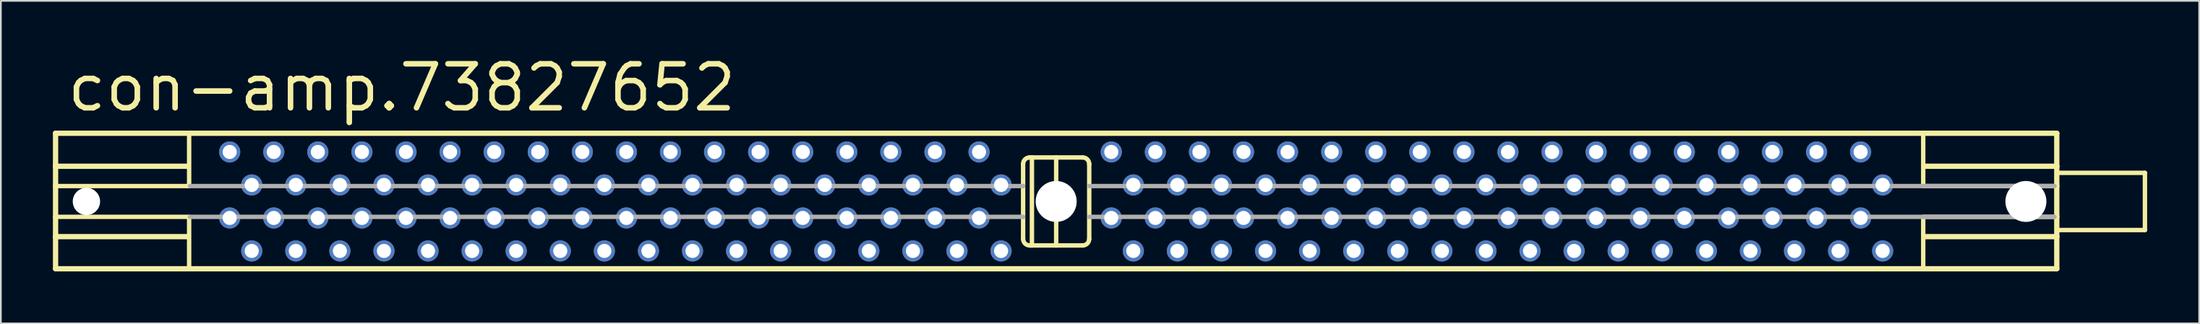
<source format=kicad_pcb>
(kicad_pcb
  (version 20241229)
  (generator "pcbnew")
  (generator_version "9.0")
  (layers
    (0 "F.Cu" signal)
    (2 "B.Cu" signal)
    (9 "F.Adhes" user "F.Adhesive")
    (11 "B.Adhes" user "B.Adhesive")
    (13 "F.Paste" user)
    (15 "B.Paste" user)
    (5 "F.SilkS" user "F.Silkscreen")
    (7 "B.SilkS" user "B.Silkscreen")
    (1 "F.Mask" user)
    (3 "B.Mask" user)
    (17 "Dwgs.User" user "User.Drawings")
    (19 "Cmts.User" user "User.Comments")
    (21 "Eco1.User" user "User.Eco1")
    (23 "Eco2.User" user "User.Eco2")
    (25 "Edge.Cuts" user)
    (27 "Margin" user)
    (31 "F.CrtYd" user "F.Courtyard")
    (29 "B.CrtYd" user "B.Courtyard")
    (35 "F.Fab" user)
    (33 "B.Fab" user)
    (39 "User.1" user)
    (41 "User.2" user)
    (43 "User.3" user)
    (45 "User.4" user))
  (footprint "con-amp.73827652"
    (layer "F.Cu")
    (at 57.81 8.58)
    (property "Reference" "con-amp.73827652" (at -57.15 -5.08 0) (layer "F.SilkS") (effects (font (size 2.54 2.54) (thickness 0.32)) (justify left bottom)))
    (attr through_hole)
    (fp_line (start -57.658 -3.937) (end -57.658 -2.032) (stroke (width 0.305) (type default)) (layer "F.SilkS"))
    (fp_line (start -57.658 -3.937) (end 57.658 -3.937) (stroke (width 0.305) (type default)) (layer "F.SilkS"))
    (fp_line (start -57.658 -2.032) (end -57.658 -0.889) (stroke (width 0.305) (type default)) (layer "F.SilkS"))
    (fp_line (start -57.658 -2.032) (end -50.038 -2.032) (stroke (width 0.305) (type default)) (layer "F.SilkS"))
    (fp_line (start -57.658 -0.889) (end -57.658 0.889) (stroke (width 0.305) (type default)) (layer "F.SilkS"))
    (fp_line (start -57.658 -0.889) (end -50.038 -0.889) (stroke (width 0.254) (type default)) (layer "F.SilkS"))
    (fp_line (start -57.658 0.889) (end -57.658 2.032) (stroke (width 0.305) (type default)) (layer "F.SilkS"))
    (fp_line (start -57.658 0.889) (end -50.038 0.889) (stroke (width 0.254) (type default)) (layer "F.SilkS"))
    (fp_line (start -57.658 2.032) (end -57.658 3.886) (stroke (width 0.305) (type default)) (layer "F.SilkS"))
    (fp_line (start -57.658 2.032) (end -50.038 2.032) (stroke (width 0.305) (type default)) (layer "F.SilkS"))
    (fp_line (start -49.962 -3.861) (end -49.962 -0.889) (stroke (width 0.254) (type default)) (layer "F.SilkS"))
    (fp_line (start -49.962 0.889) (end -49.962 3.81) (stroke (width 0.254) (type default)) (layer "F.SilkS"))
    (fp_line (start -1.905 -2.159) (end -1.905 2.159) (stroke (width 0.254) (type default)) (layer "F.SilkS"))
    (fp_line (start -1.524 2.54) (end -1.397 2.54) (stroke (width 0.254) (type default)) (layer "F.SilkS"))
    (fp_line (start -1.397 -2.54) (end -1.524 -2.54) (stroke (width 0.254) (type default)) (layer "F.SilkS"))
    (fp_line (start -1.397 2.54) (end -1.397 -2.54) (stroke (width 0.254) (type default)) (layer "F.SilkS"))
    (fp_line (start -1.397 2.54) (end 0 2.54) (stroke (width 0.254) (type default)) (layer "F.SilkS"))
    (fp_line (start 0 -2.54) (end -1.397 -2.54) (stroke (width 0.254) (type default)) (layer "F.SilkS"))
    (fp_line (start 0 2.54) (end 0 -2.54) (stroke (width 0.254) (type default)) (layer "F.SilkS"))
    (fp_line (start 0 2.54) (end 1.524 2.54) (stroke (width 0.254) (type default)) (layer "F.SilkS"))
    (fp_line (start 1.524 -2.54) (end 0 -2.54) (stroke (width 0.254) (type default)) (layer "F.SilkS"))
    (fp_line (start 1.905 2.159) (end 1.905 -2.159) (stroke (width 0.254) (type default)) (layer "F.SilkS"))
    (fp_line (start 49.962 -3.861) (end 49.962 -0.889) (stroke (width 0.254) (type default)) (layer "F.SilkS"))
    (fp_line (start 49.962 0.889) (end 49.962 3.81) (stroke (width 0.254) (type default)) (layer "F.SilkS"))
    (fp_line (start 57.658 -3.937) (end 57.658 -2.032) (stroke (width 0.305) (type default)) (layer "F.SilkS"))
    (fp_line (start 57.658 -2.032) (end 50.038 -2.032) (stroke (width 0.305) (type default)) (layer "F.SilkS"))
    (fp_line (start 57.658 -2.032) (end 57.658 -0.889) (stroke (width 0.305) (type default)) (layer "F.SilkS"))
    (fp_line (start 57.658 -0.889) (end 50.038 -0.889) (stroke (width 0.254) (type default)) (layer "F.SilkS"))
    (fp_line (start 57.658 -0.889) (end 57.658 0.889) (stroke (width 0.305) (type default)) (layer "F.SilkS"))
    (fp_line (start 57.658 0.889) (end 50.038 0.889) (stroke (width 0.254) (type default)) (layer "F.SilkS"))
    (fp_line (start 57.658 0.889) (end 57.658 2.032) (stroke (width 0.305) (type default)) (layer "F.SilkS"))
    (fp_line (start 57.658 2.032) (end 50.038 2.032) (stroke (width 0.305) (type default)) (layer "F.SilkS"))
    (fp_line (start 57.658 2.032) (end 57.658 3.886) (stroke (width 0.305) (type default)) (layer "F.SilkS"))
    (fp_line (start 57.658 3.886) (end -57.658 3.886) (stroke (width 0.305) (type default)) (layer "F.SilkS"))
    (fp_line (start 57.785 -1.651) (end 62.738 -1.651) (stroke (width 0.254) (type default)) (layer "F.SilkS"))
    (fp_line (start 62.738 -1.651) (end 62.738 1.651) (stroke (width 0.254) (type default)) (layer "F.SilkS"))
    (fp_line (start 62.738 1.651) (end 57.785 1.651) (stroke (width 0.254) (type default)) (layer "F.SilkS"))
    (fp_arc (start -1.905 -2.159) (mid -1.793408 -2.428408) (end -1.524 -2.54) (stroke (width 0.254) (type default)) (layer "F.SilkS"))
    (fp_arc (start -1.524 2.54) (mid -1.793408 2.428408) (end -1.905 2.159) (stroke (width 0.254) (type default)) (layer "F.SilkS"))
    (fp_arc (start 1.524 -2.54) (mid 1.793408 -2.428408) (end 1.905 -2.159) (stroke (width 0.254) (type default)) (layer "F.SilkS"))
    (fp_arc (start 1.905 2.159) (mid 1.793408 2.428408) (end 1.524 2.54) (stroke (width 0.254) (type default)) (layer "F.SilkS"))
    (fp_line (start -49.911 -0.889) (end -1.905 -0.889) (stroke (width 0.254) (type default)) (layer "F.Fab"))
    (fp_line (start -49.911 0.889) (end -1.905 0.889) (stroke (width 0.254) (type default)) (layer "F.Fab"))
    (fp_line (start 1.905 -0.889) (end 57.531 -0.889) (stroke (width 0.254) (type default)) (layer "F.Fab"))
    (fp_line (start 1.905 0.889) (end 57.531 0.889) (stroke (width 0.254) (type default)) (layer "F.Fab"))
    (pad "" np_thru_hole circle (at -55.88 0) (size 1.575 1.575) (drill 1.575) (layers "*.Cu" "*.Mask"))
    (pad "" np_thru_hole circle (at 0 0) (size 2.362 2.362) (drill 2.362) (layers "*.Cu" "*.Mask"))
    (pad "" np_thru_hole circle (at 55.88 0) (size 2.362 2.362) (drill 2.362) (layers "*.Cu" "*.Mask"))
    (pad "1" thru_hole circle (at -47.625 0.953) (size 1.219 1.219) (drill 0.813) (layers "*.Cu" "*.Mask"))
    (pad "2" thru_hole circle (at -46.355 2.857) (size 1.219 1.219) (drill 0.813) (layers "*.Cu" "*.Mask"))
    (pad "3" thru_hole circle (at -45.085 0.953) (size 1.219 1.219) (drill 0.813) (layers "*.Cu" "*.Mask"))
    (pad "4" thru_hole circle (at -43.815 2.857) (size 1.219 1.219) (drill 0.813) (layers "*.Cu" "*.Mask"))
    (pad "5" thru_hole circle (at -42.545 0.953) (size 1.219 1.219) (drill 0.813) (layers "*.Cu" "*.Mask"))
    (pad "6" thru_hole circle (at -41.275 2.857) (size 1.219 1.219) (drill 0.813) (layers "*.Cu" "*.Mask"))
    (pad "7" thru_hole circle (at -40.005 0.953) (size 1.219 1.219) (drill 0.813) (layers "*.Cu" "*.Mask"))
    (pad "8" thru_hole circle (at -38.735 2.857) (size 1.219 1.219) (drill 0.813) (layers "*.Cu" "*.Mask"))
    (pad "9" thru_hole circle (at -37.465 0.953) (size 1.219 1.219) (drill 0.813) (layers "*.Cu" "*.Mask"))
    (pad "10" thru_hole circle (at -36.195 2.857) (size 1.219 1.219) (drill 0.813) (layers "*.Cu" "*.Mask"))
    (pad "11" thru_hole circle (at -34.925 0.953) (size 1.219 1.219) (drill 0.813) (layers "*.Cu" "*.Mask"))
    (pad "12" thru_hole circle (at -33.655 2.857) (size 1.219 1.219) (drill 0.813) (layers "*.Cu" "*.Mask"))
    (pad "13" thru_hole circle (at -32.385 0.953) (size 1.219 1.219) (drill 0.813) (layers "*.Cu" "*.Mask"))
    (pad "14" thru_hole circle (at -31.115 2.857) (size 1.219 1.219) (drill 0.813) (layers "*.Cu" "*.Mask"))
    (pad "15" thru_hole circle (at -29.845 0.953) (size 1.219 1.219) (drill 0.813) (layers "*.Cu" "*.Mask"))
    (pad "16" thru_hole circle (at -28.575 2.857) (size 1.219 1.219) (drill 0.813) (layers "*.Cu" "*.Mask"))
    (pad "17" thru_hole circle (at -27.305 0.953) (size 1.219 1.219) (drill 0.813) (layers "*.Cu" "*.Mask"))
    (pad "18" thru_hole circle (at -26.035 2.857) (size 1.219 1.219) (drill 0.813) (layers "*.Cu" "*.Mask"))
    (pad "19" thru_hole circle (at -24.765 0.953) (size 1.219 1.219) (drill 0.813) (layers "*.Cu" "*.Mask"))
    (pad "20" thru_hole circle (at -23.495 2.857) (size 1.219 1.219) (drill 0.813) (layers "*.Cu" "*.Mask"))
    (pad "21" thru_hole circle (at -22.225 0.953) (size 1.219 1.219) (drill 0.813) (layers "*.Cu" "*.Mask"))
    (pad "22" thru_hole circle (at -20.955 2.857) (size 1.219 1.219) (drill 0.813) (layers "*.Cu" "*.Mask"))
    (pad "23" thru_hole circle (at -19.685 0.953) (size 1.219 1.219) (drill 0.813) (layers "*.Cu" "*.Mask"))
    (pad "24" thru_hole circle (at -18.415 2.857) (size 1.219 1.219) (drill 0.813) (layers "*.Cu" "*.Mask"))
    (pad "25" thru_hole circle (at -17.145 0.953) (size 1.219 1.219) (drill 0.813) (layers "*.Cu" "*.Mask"))
    (pad "26" thru_hole circle (at -15.875 2.857) (size 1.219 1.219) (drill 0.813) (layers "*.Cu" "*.Mask"))
    (pad "27" thru_hole circle (at -14.605 0.953) (size 1.219 1.219) (drill 0.813) (layers "*.Cu" "*.Mask"))
    (pad "28" thru_hole circle (at -13.335 2.857) (size 1.219 1.219) (drill 0.813) (layers "*.Cu" "*.Mask"))
    (pad "29" thru_hole circle (at -12.065 0.953) (size 1.219 1.219) (drill 0.813) (layers "*.Cu" "*.Mask"))
    (pad "30" thru_hole circle (at -10.795 2.857) (size 1.219 1.219) (drill 0.813) (layers "*.Cu" "*.Mask"))
    (pad "31" thru_hole circle (at -9.525 0.953) (size 1.219 1.219) (drill 0.813) (layers "*.Cu" "*.Mask"))
    (pad "32" thru_hole circle (at -8.255 2.857) (size 1.219 1.219) (drill 0.813) (layers "*.Cu" "*.Mask"))
    (pad "33" thru_hole circle (at -6.985 0.953) (size 1.219 1.219) (drill 0.813) (layers "*.Cu" "*.Mask"))
    (pad "34" thru_hole circle (at -5.715 2.857) (size 1.219 1.219) (drill 0.813) (layers "*.Cu" "*.Mask"))
    (pad "35" thru_hole circle (at -4.445 0.953) (size 1.219 1.219) (drill 0.813) (layers "*.Cu" "*.Mask"))
    (pad "36" thru_hole circle (at -3.175 2.857) (size 1.219 1.219) (drill 0.813) (layers "*.Cu" "*.Mask"))
    (pad "37" thru_hole circle (at 3.175 0.953) (size 1.219 1.219) (drill 0.813) (layers "*.Cu" "*.Mask"))
    (pad "38" thru_hole circle (at 4.445 2.857) (size 1.219 1.219) (drill 0.813) (layers "*.Cu" "*.Mask"))
    (pad "39" thru_hole circle (at 5.715 0.953) (size 1.219 1.219) (drill 0.813) (layers "*.Cu" "*.Mask"))
    (pad "40" thru_hole circle (at 6.985 2.857) (size 1.219 1.219) (drill 0.813) (layers "*.Cu" "*.Mask"))
    (pad "41" thru_hole circle (at 8.255 0.953) (size 1.219 1.219) (drill 0.813) (layers "*.Cu" "*.Mask"))
    (pad "42" thru_hole circle (at 9.525 2.857) (size 1.219 1.219) (drill 0.813) (layers "*.Cu" "*.Mask"))
    (pad "43" thru_hole circle (at 10.795 0.953) (size 1.219 1.219) (drill 0.813) (layers "*.Cu" "*.Mask"))
    (pad "44" thru_hole circle (at 12.065 2.857) (size 1.219 1.219) (drill 0.813) (layers "*.Cu" "*.Mask"))
    (pad "45" thru_hole circle (at 13.335 0.953) (size 1.219 1.219) (drill 0.813) (layers "*.Cu" "*.Mask"))
    (pad "46" thru_hole circle (at 14.605 2.857) (size 1.219 1.219) (drill 0.813) (layers "*.Cu" "*.Mask"))
    (pad "47" thru_hole circle (at 15.875 0.953) (size 1.219 1.219) (drill 0.813) (layers "*.Cu" "*.Mask"))
    (pad "48" thru_hole circle (at 17.145 2.857) (size 1.219 1.219) (drill 0.813) (layers "*.Cu" "*.Mask"))
    (pad "49" thru_hole circle (at 18.415 0.953) (size 1.219 1.219) (drill 0.813) (layers "*.Cu" "*.Mask"))
    (pad "50" thru_hole circle (at 19.685 2.857) (size 1.219 1.219) (drill 0.813) (layers "*.Cu" "*.Mask"))
    (pad "51" thru_hole circle (at 20.955 0.953) (size 1.219 1.219) (drill 0.813) (layers "*.Cu" "*.Mask"))
    (pad "52" thru_hole circle (at 22.225 2.857) (size 1.219 1.219) (drill 0.813) (layers "*.Cu" "*.Mask"))
    (pad "53" thru_hole circle (at 23.495 0.953) (size 1.219 1.219) (drill 0.813) (layers "*.Cu" "*.Mask"))
    (pad "54" thru_hole circle (at 24.765 2.857) (size 1.219 1.219) (drill 0.813) (layers "*.Cu" "*.Mask"))
    (pad "55" thru_hole circle (at 26.035 0.953) (size 1.219 1.219) (drill 0.813) (layers "*.Cu" "*.Mask"))
    (pad "56" thru_hole circle (at 27.305 2.857) (size 1.219 1.219) (drill 0.813) (layers "*.Cu" "*.Mask"))
    (pad "57" thru_hole circle (at 28.575 0.953) (size 1.219 1.219) (drill 0.813) (layers "*.Cu" "*.Mask"))
    (pad "58" thru_hole circle (at 29.845 2.857) (size 1.219 1.219) (drill 0.813) (layers "*.Cu" "*.Mask"))
    (pad "59" thru_hole circle (at 31.115 0.953) (size 1.219 1.219) (drill 0.813) (layers "*.Cu" "*.Mask"))
    (pad "60" thru_hole circle (at 32.385 2.857) (size 1.219 1.219) (drill 0.813) (layers "*.Cu" "*.Mask"))
    (pad "61" thru_hole circle (at 33.655 0.953) (size 1.219 1.219) (drill 0.813) (layers "*.Cu" "*.Mask"))
    (pad "62" thru_hole circle (at 34.925 2.857) (size 1.219 1.219) (drill 0.813) (layers "*.Cu" "*.Mask"))
    (pad "63" thru_hole circle (at 36.195 0.953) (size 1.219 1.219) (drill 0.813) (layers "*.Cu" "*.Mask"))
    (pad "64" thru_hole circle (at 37.465 2.857) (size 1.219 1.219) (drill 0.813) (layers "*.Cu" "*.Mask"))
    (pad "65" thru_hole circle (at 38.735 0.953) (size 1.219 1.219) (drill 0.813) (layers "*.Cu" "*.Mask"))
    (pad "66" thru_hole circle (at 40.005 2.857) (size 1.219 1.219) (drill 0.813) (layers "*.Cu" "*.Mask"))
    (pad "67" thru_hole circle (at 41.275 0.953) (size 1.219 1.219) (drill 0.813) (layers "*.Cu" "*.Mask"))
    (pad "68" thru_hole circle (at 42.545 2.857) (size 1.219 1.219) (drill 0.813) (layers "*.Cu" "*.Mask"))
    (pad "69" thru_hole circle (at 43.815 0.953) (size 1.219 1.219) (drill 0.813) (layers "*.Cu" "*.Mask"))
    (pad "70" thru_hole circle (at 45.085 2.857) (size 1.219 1.219) (drill 0.813) (layers "*.Cu" "*.Mask"))
    (pad "71" thru_hole circle (at 46.355 0.953) (size 1.219 1.219) (drill 0.813) (layers "*.Cu" "*.Mask"))
    (pad "72" thru_hole circle (at 47.625 2.857) (size 1.219 1.219) (drill 0.813) (layers "*.Cu" "*.Mask"))
    (pad "73" thru_hole circle (at -47.625 -2.857) (size 1.219 1.219) (drill 0.813) (layers "*.Cu" "*.Mask"))
    (pad "74" thru_hole circle (at -46.355 -0.953) (size 1.219 1.219) (drill 0.813) (layers "*.Cu" "*.Mask"))
    (pad "75" thru_hole circle (at -45.085 -2.857) (size 1.219 1.219) (drill 0.813) (layers "*.Cu" "*.Mask"))
    (pad "76" thru_hole circle (at -43.815 -0.953) (size 1.219 1.219) (drill 0.813) (layers "*.Cu" "*.Mask"))
    (pad "77" thru_hole circle (at -42.545 -2.857) (size 1.219 1.219) (drill 0.813) (layers "*.Cu" "*.Mask"))
    (pad "78" thru_hole circle (at -41.275 -0.953) (size 1.219 1.219) (drill 0.813) (layers "*.Cu" "*.Mask"))
    (pad "79" thru_hole circle (at -40.005 -2.857) (size 1.219 1.219) (drill 0.813) (layers "*.Cu" "*.Mask"))
    (pad "80" thru_hole circle (at -38.735 -0.953) (size 1.219 1.219) (drill 0.813) (layers "*.Cu" "*.Mask"))
    (pad "81" thru_hole circle (at -37.465 -2.857) (size 1.219 1.219) (drill 0.813) (layers "*.Cu" "*.Mask"))
    (pad "82" thru_hole circle (at -36.195 -0.953) (size 1.219 1.219) (drill 0.813) (layers "*.Cu" "*.Mask"))
    (pad "83" thru_hole circle (at -34.925 -2.857) (size 1.219 1.219) (drill 0.813) (layers "*.Cu" "*.Mask"))
    (pad "84" thru_hole circle (at -33.655 -0.953) (size 1.219 1.219) (drill 0.813) (layers "*.Cu" "*.Mask"))
    (pad "85" thru_hole circle (at -32.385 -2.857) (size 1.219 1.219) (drill 0.813) (layers "*.Cu" "*.Mask"))
    (pad "86" thru_hole circle (at -31.115 -0.953) (size 1.219 1.219) (drill 0.813) (layers "*.Cu" "*.Mask"))
    (pad "87" thru_hole circle (at -29.845 -2.857) (size 1.219 1.219) (drill 0.813) (layers "*.Cu" "*.Mask"))
    (pad "88" thru_hole circle (at -28.575 -0.953) (size 1.219 1.219) (drill 0.813) (layers "*.Cu" "*.Mask"))
    (pad "89" thru_hole circle (at -27.305 -2.857) (size 1.219 1.219) (drill 0.813) (layers "*.Cu" "*.Mask"))
    (pad "90" thru_hole circle (at -26.035 -0.953) (size 1.219 1.219) (drill 0.813) (layers "*.Cu" "*.Mask"))
    (pad "91" thru_hole circle (at -24.765 -2.857) (size 1.219 1.219) (drill 0.813) (layers "*.Cu" "*.Mask"))
    (pad "92" thru_hole circle (at -23.495 -0.953) (size 1.219 1.219) (drill 0.813) (layers "*.Cu" "*.Mask"))
    (pad "93" thru_hole circle (at -22.225 -2.857) (size 1.219 1.219) (drill 0.813) (layers "*.Cu" "*.Mask"))
    (pad "94" thru_hole circle (at -20.955 -0.953) (size 1.219 1.219) (drill 0.813) (layers "*.Cu" "*.Mask"))
    (pad "95" thru_hole circle (at -19.685 -2.857) (size 1.219 1.219) (drill 0.813) (layers "*.Cu" "*.Mask"))
    (pad "96" thru_hole circle (at -18.415 -0.953) (size 1.219 1.219) (drill 0.813) (layers "*.Cu" "*.Mask"))
    (pad "97" thru_hole circle (at -17.145 -2.857) (size 1.219 1.219) (drill 0.813) (layers "*.Cu" "*.Mask"))
    (pad "98" thru_hole circle (at -15.875 -0.953) (size 1.219 1.219) (drill 0.813) (layers "*.Cu" "*.Mask"))
    (pad "99" thru_hole circle (at -14.605 -2.857) (size 1.219 1.219) (drill 0.813) (layers "*.Cu" "*.Mask"))
    (pad "100" thru_hole circle (at -13.335 -0.953) (size 1.219 1.219) (drill 0.813) (layers "*.Cu" "*.Mask"))
    (pad "101" thru_hole circle (at -12.065 -2.857) (size 1.219 1.219) (drill 0.813) (layers "*.Cu" "*.Mask"))
    (pad "102" thru_hole circle (at -10.795 -0.953) (size 1.219 1.219) (drill 0.813) (layers "*.Cu" "*.Mask"))
    (pad "103" thru_hole circle (at -9.525 -2.857) (size 1.219 1.219) (drill 0.813) (layers "*.Cu" "*.Mask"))
    (pad "104" thru_hole circle (at -8.255 -0.953) (size 1.219 1.219) (drill 0.813) (layers "*.Cu" "*.Mask"))
    (pad "105" thru_hole circle (at -6.985 -2.857) (size 1.219 1.219) (drill 0.813) (layers "*.Cu" "*.Mask"))
    (pad "106" thru_hole circle (at -5.715 -0.953) (size 1.219 1.219) (drill 0.813) (layers "*.Cu" "*.Mask"))
    (pad "107" thru_hole circle (at -4.445 -2.857) (size 1.219 1.219) (drill 0.813) (layers "*.Cu" "*.Mask"))
    (pad "108" thru_hole circle (at -3.175 -0.953) (size 1.219 1.219) (drill 0.813) (layers "*.Cu" "*.Mask"))
    (pad "109" thru_hole circle (at 3.175 -2.857) (size 1.219 1.219) (drill 0.813) (layers "*.Cu" "*.Mask"))
    (pad "110" thru_hole circle (at 4.445 -0.953) (size 1.219 1.219) (drill 0.813) (layers "*.Cu" "*.Mask"))
    (pad "111" thru_hole circle (at 5.715 -2.857) (size 1.219 1.219) (drill 0.813) (layers "*.Cu" "*.Mask"))
    (pad "112" thru_hole circle (at 6.985 -0.953) (size 1.219 1.219) (drill 0.813) (layers "*.Cu" "*.Mask"))
    (pad "113" thru_hole circle (at 8.255 -2.857) (size 1.219 1.219) (drill 0.813) (layers "*.Cu" "*.Mask"))
    (pad "114" thru_hole circle (at 9.525 -0.953) (size 1.219 1.219) (drill 0.813) (layers "*.Cu" "*.Mask"))
    (pad "115" thru_hole circle (at 10.795 -2.857) (size 1.219 1.219) (drill 0.813) (layers "*.Cu" "*.Mask"))
    (pad "116" thru_hole circle (at 12.065 -0.953) (size 1.219 1.219) (drill 0.813) (layers "*.Cu" "*.Mask"))
    (pad "117" thru_hole circle (at 13.335 -2.857) (size 1.219 1.219) (drill 0.813) (layers "*.Cu" "*.Mask"))
    (pad "118" thru_hole circle (at 14.605 -0.953) (size 1.219 1.219) (drill 0.813) (layers "*.Cu" "*.Mask"))
    (pad "119" thru_hole circle (at 15.875 -2.857) (size 1.219 1.219) (drill 0.813) (layers "*.Cu" "*.Mask"))
    (pad "120" thru_hole circle (at 17.145 -0.953) (size 1.219 1.219) (drill 0.813) (layers "*.Cu" "*.Mask"))
    (pad "121" thru_hole circle (at 18.415 -2.857) (size 1.219 1.219) (drill 0.813) (layers "*.Cu" "*.Mask"))
    (pad "122" thru_hole circle (at 19.685 -0.953) (size 1.219 1.219) (drill 0.813) (layers "*.Cu" "*.Mask"))
    (pad "123" thru_hole circle (at 20.955 -2.857) (size 1.219 1.219) (drill 0.813) (layers "*.Cu" "*.Mask"))
    (pad "124" thru_hole circle (at 22.225 -0.953) (size 1.219 1.219) (drill 0.813) (layers "*.Cu" "*.Mask"))
    (pad "125" thru_hole circle (at 23.495 -2.857) (size 1.219 1.219) (drill 0.813) (layers "*.Cu" "*.Mask"))
    (pad "126" thru_hole circle (at 24.765 -0.953) (size 1.219 1.219) (drill 0.813) (layers "*.Cu" "*.Mask"))
    (pad "127" thru_hole circle (at 26.035 -2.857) (size 1.219 1.219) (drill 0.813) (layers "*.Cu" "*.Mask"))
    (pad "128" thru_hole circle (at 27.305 -0.953) (size 1.219 1.219) (drill 0.813) (layers "*.Cu" "*.Mask"))
    (pad "129" thru_hole circle (at 28.575 -2.857) (size 1.219 1.219) (drill 0.813) (layers "*.Cu" "*.Mask"))
    (pad "130" thru_hole circle (at 29.845 -0.953) (size 1.219 1.219) (drill 0.813) (layers "*.Cu" "*.Mask"))
    (pad "131" thru_hole circle (at 31.115 -2.857) (size 1.219 1.219) (drill 0.813) (layers "*.Cu" "*.Mask"))
    (pad "132" thru_hole circle (at 32.385 -0.953) (size 1.219 1.219) (drill 0.813) (layers "*.Cu" "*.Mask"))
    (pad "133" thru_hole circle (at 33.655 -2.857) (size 1.219 1.219) (drill 0.813) (layers "*.Cu" "*.Mask"))
    (pad "134" thru_hole circle (at 34.925 -0.953) (size 1.219 1.219) (drill 0.813) (layers "*.Cu" "*.Mask"))
    (pad "135" thru_hole circle (at 36.195 -2.857) (size 1.219 1.219) (drill 0.813) (layers "*.Cu" "*.Mask"))
    (pad "136" thru_hole circle (at 37.465 -0.953) (size 1.219 1.219) (drill 0.813) (layers "*.Cu" "*.Mask"))
    (pad "137" thru_hole circle (at 38.735 -2.857) (size 1.219 1.219) (drill 0.813) (layers "*.Cu" "*.Mask"))
    (pad "138" thru_hole circle (at 40.005 -0.953) (size 1.219 1.219) (drill 0.813) (layers "*.Cu" "*.Mask"))
    (pad "139" thru_hole circle (at 41.275 -2.857) (size 1.219 1.219) (drill 0.813) (layers "*.Cu" "*.Mask"))
    (pad "140" thru_hole circle (at 42.545 -0.953) (size 1.219 1.219) (drill 0.813) (layers "*.Cu" "*.Mask"))
    (pad "141" thru_hole circle (at 43.815 -2.857) (size 1.219 1.219) (drill 0.813) (layers "*.Cu" "*.Mask"))
    (pad "142" thru_hole circle (at 45.085 -0.953) (size 1.219 1.219) (drill 0.813) (layers "*.Cu" "*.Mask"))
    (pad "143" thru_hole circle (at 46.355 -2.857) (size 1.219 1.219) (drill 0.813) (layers "*.Cu" "*.Mask"))
    (pad "144" thru_hole circle (at 47.625 -0.953) (size 1.219 1.219) (drill 0.813) (layers "*.Cu" "*.Mask")))
  (gr_rect
    (start -3 -3)
    (end 123.675 15.619)
    (stroke (width 0.1) (type default))
    (fill no)
    (layer "Edge.Cuts")))
</source>
